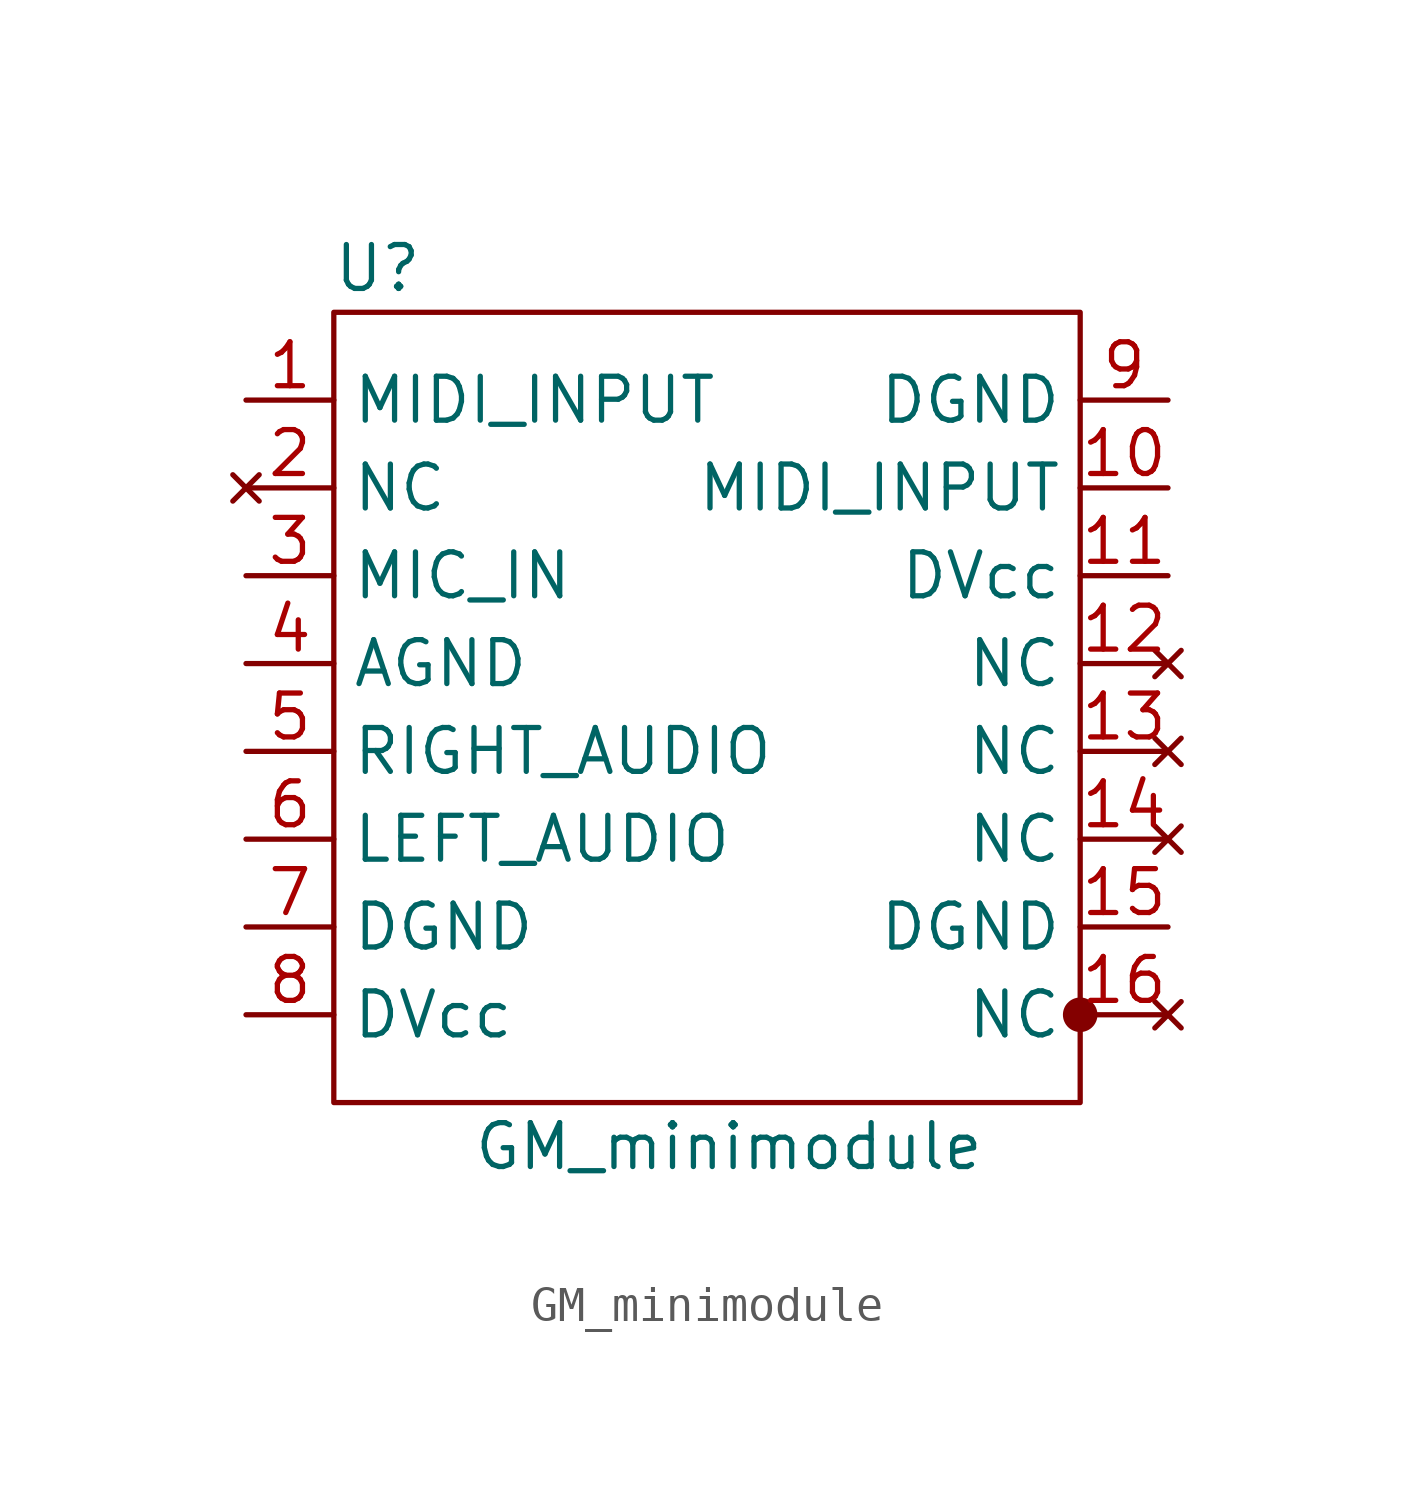
<source format=kicad_sym>
(kicad_symbol_lib
  (version 20211014)
  (generator kicad_symbol_editor)
  (symbol "GM_minimodule"
    (property "Reference" "U"
      (at -10.16 8.89 0)
      (effects (font (size 1.27 1.27))))
    (property "Value" "GM_minimodule"
      (at 0 -16.51 0)
      (effects (font (size 1.27 1.27))))
    (symbol "GM_minimodule_0_1"
      (rectangle (start -11.43 7.62) (end 10.16 -15.24) (stroke (width 0) (type default) (color 0 0 0 0)) (fill (type none)))
      (rectangle (start 10.16 -12.7) (end 10.16 -12.7) (stroke (width 0) (type default) (color 0 0 0 0)) (fill (type none)))
      (rectangle (start 10.16 -12.7) (end 10.16 -12.7) (stroke (width 0) (type default) (color 0 0 0 0)) (fill (type none)))
      (rectangle (start 10.16 -12.7) (end 10.16 -12.7) (stroke (width 0) (type default) (color 0 0 0 0)) (fill (type none)))
      (rectangle (start 10.16 -12.7) (end 10.16 -12.7) (stroke (width 0) (type default) (color 0 0 0 0)) (fill (type none)))
      (rectangle (start 10.16 -12.7) (end 10.16 -12.7) (stroke (width 0) (type default) (color 0 0 0 0)) (fill (type none)))
      (rectangle (start 10.16 -12.7) (end 10.16 -12.7) (stroke (width 0) (type default) (color 0 0 0 0)) (fill (type none)))
      (rectangle (start 10.16 -12.7) (end 10.16 -12.7) (stroke (width 0) (type default) (color 0 0 0 0)) (fill (type none)))
      (rectangle (start 10.16 -12.7) (end 10.16 -12.7) (stroke (width 1) (type default) (color 0 0 0 0)) (fill (type none))))
    (symbol "GM_minimodule_1_1"
      (pin passive line (at -13.97 5.08 0) (length 2.54) (name "MIDI_INPUT" (effects (font (size 1.27 1.27)))) (number "1" (effects (font (size 1.27 1.27)))))
      (pin input line (at 12.7 2.54 180) (length 2.54) (name "MIDI_INPUT" (effects (font (size 1.27 1.27)))) (number "10" (effects (font (size 1.27 1.27)))))
      (pin power_in line (at 12.7 0 180) (length 2.54) (name "DVcc" (effects (font (size 1.27 1.27)))) (number "11" (effects (font (size 1.27 1.27)))))
      (pin no_connect line (at 12.7 -2.54 180) (length 2.54) (name "NC" (effects (font (size 1.27 1.27)))) (number "12" (effects (font (size 1.27 1.27)))))
      (pin no_connect line (at 12.7 -5.08 180) (length 2.54) (name "NC" (effects (font (size 1.27 1.27)))) (number "13" (effects (font (size 1.27 1.27)))))
      (pin no_connect line (at 12.7 -7.62 180) (length 2.54) (name "NC" (effects (font (size 1.27 1.27)))) (number "14" (effects (font (size 1.27 1.27)))))
      (pin power_in line (at 12.7 -10.16 180) (length 2.54) (name "DGND" (effects (font (size 1.27 1.27)))) (number "15" (effects (font (size 1.27 1.27)))))
      (pin no_connect line (at 12.7 -12.7 180) (length 2.54) (name "NC" (effects (font (size 1.27 1.27)))) (number "16" (effects (font (size 1.27 1.27)))))
      (pin no_connect line (at -13.97 2.54 0) (length 2.54) (name "NC" (effects (font (size 1.27 1.27)))) (number "2" (effects (font (size 1.27 1.27)))))
      (pin input line (at -13.97 0 0) (length 2.54) (name "MIC_IN" (effects (font (size 1.27 1.27)))) (number "3" (effects (font (size 1.27 1.27)))))
      (pin power_in line (at -13.97 -2.54 0) (length 2.54) (name "AGND" (effects (font (size 1.27 1.27)))) (number "4" (effects (font (size 1.27 1.27)))))
      (pin output line (at -13.97 -5.08 0) (length 2.54) (name "RIGHT_AUDIO" (effects (font (size 1.27 1.27)))) (number "5" (effects (font (size 1.27 1.27)))))
      (pin output line (at -13.97 -7.62 0) (length 2.54) (name "LEFT_AUDIO" (effects (font (size 1.27 1.27)))) (number "6" (effects (font (size 1.27 1.27)))))
      (pin power_in line (at -13.97 -10.16 0) (length 2.54) (name "DGND" (effects (font (size 1.27 1.27)))) (number "7" (effects (font (size 1.27 1.27)))))
      (pin power_in line (at -13.97 -12.7 0) (length 2.54) (name "DVcc" (effects (font (size 1.27 1.27)))) (number "8" (effects (font (size 1.27 1.27)))))
      (pin power_in line (at 12.7 5.08 180) (length 2.54) (name "DGND" (effects (font (size 1.27 1.27)))) (number "9" (effects (font (size 1.27 1.27))))))))
</source>
